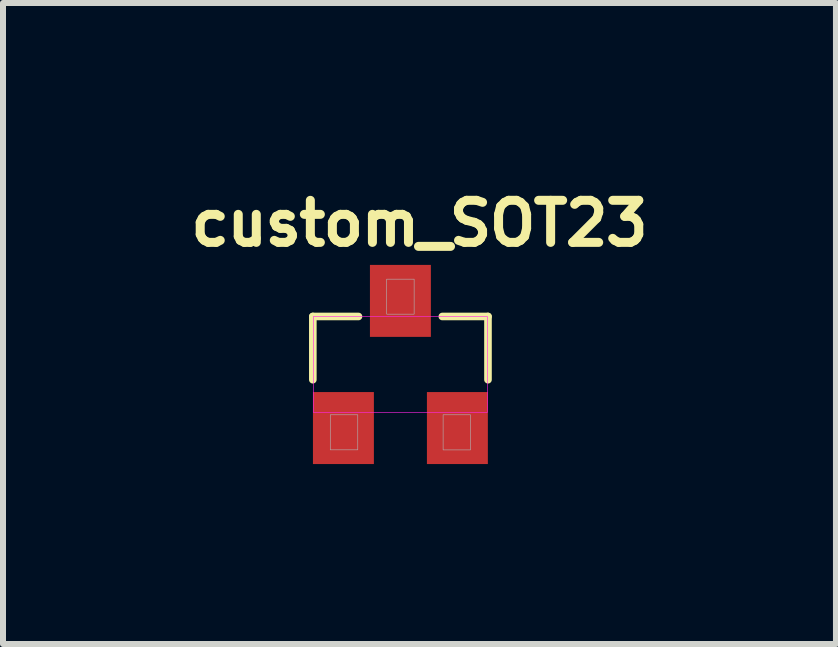
<source format=kicad_pcb>
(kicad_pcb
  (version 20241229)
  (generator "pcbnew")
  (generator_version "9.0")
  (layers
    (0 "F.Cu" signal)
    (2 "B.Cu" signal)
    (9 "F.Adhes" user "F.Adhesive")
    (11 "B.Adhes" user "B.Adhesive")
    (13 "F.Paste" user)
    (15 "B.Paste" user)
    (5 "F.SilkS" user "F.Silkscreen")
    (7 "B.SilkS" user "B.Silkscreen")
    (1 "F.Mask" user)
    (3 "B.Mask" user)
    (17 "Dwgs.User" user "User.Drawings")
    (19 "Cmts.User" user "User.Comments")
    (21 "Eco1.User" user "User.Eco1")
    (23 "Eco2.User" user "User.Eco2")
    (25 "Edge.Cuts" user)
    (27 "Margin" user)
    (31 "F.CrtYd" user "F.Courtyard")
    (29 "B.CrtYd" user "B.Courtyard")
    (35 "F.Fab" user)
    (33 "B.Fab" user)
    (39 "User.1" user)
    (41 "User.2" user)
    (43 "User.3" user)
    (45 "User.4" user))
  (footprint "custom_SOT23"
    (layer "F.Cu")
    (at 3.625 3.026)
    (property "Reference" "custom_SOT23" (at 0.318 -2.352 0) (layer "F.SilkS") (effects (font (size 0.701 0.701) (thickness 0.15))))
    (attr smd)
    (fp_line (start -1.46 -0.8) (end -1.46 0.254) (stroke (width 0.127) (type solid)) (layer "F.SilkS"))
    (fp_line (start -0.699 -0.8) (end -1.46 -0.8) (stroke (width 0.127) (type solid)) (layer "F.SilkS"))
    (fp_line (start 1.46 -0.8) (end 0.699 -0.8) (stroke (width 0.127) (type solid)) (layer "F.SilkS"))
    (fp_line (start 1.46 0.254) (end 1.46 -0.8) (stroke (width 0.127) (type solid)) (layer "F.SilkS"))
    (fp_poly (pts (xy -1.451 -0.8) (xy 1.45 -0.8) (xy 1.45 0.801) (xy -1.451 0.801)) (stroke (width 0.01) (type solid)) (fill no) (layer "F.CrtYd"))
    (fp_poly (pts (xy -1.169 0.838) (xy -0.711 0.838) (xy -0.711 1.423) (xy -1.169 1.423)) (stroke (width 0.01) (type solid)) (fill no) (layer "F.Fab"))
    (fp_poly (pts (xy -0.229 -1.422) (xy 0.229 -1.422) (xy 0.229 -0.839) (xy -0.229 -0.839)) (stroke (width 0.01) (type solid)) (fill no) (layer "F.Fab"))
    (fp_poly (pts (xy 0.712 0.838) (xy 1.168 0.838) (xy 1.168 1.424) (xy 0.712 1.424)) (stroke (width 0.01) (type solid)) (fill no) (layer "F.Fab"))
    (pad "1" smd rect (at -0.95 1.06) (size 1.016 1.2) (layers "F.Cu" "F.Mask" "F.Paste"))
    (pad "2" smd rect (at 0.95 1.06) (size 1.016 1.2) (layers "F.Cu" "F.Mask" "F.Paste"))
    (pad "3" smd rect (at 0 -1.06) (size 1.016 1.2) (layers "F.Cu" "F.Mask" "F.Paste")))
  (gr_rect
    (start -3 -3)
    (end 10.886 7.686)
    (stroke (width 0.1) (type default))
    (fill no)
    (layer "Edge.Cuts")))
</source>
